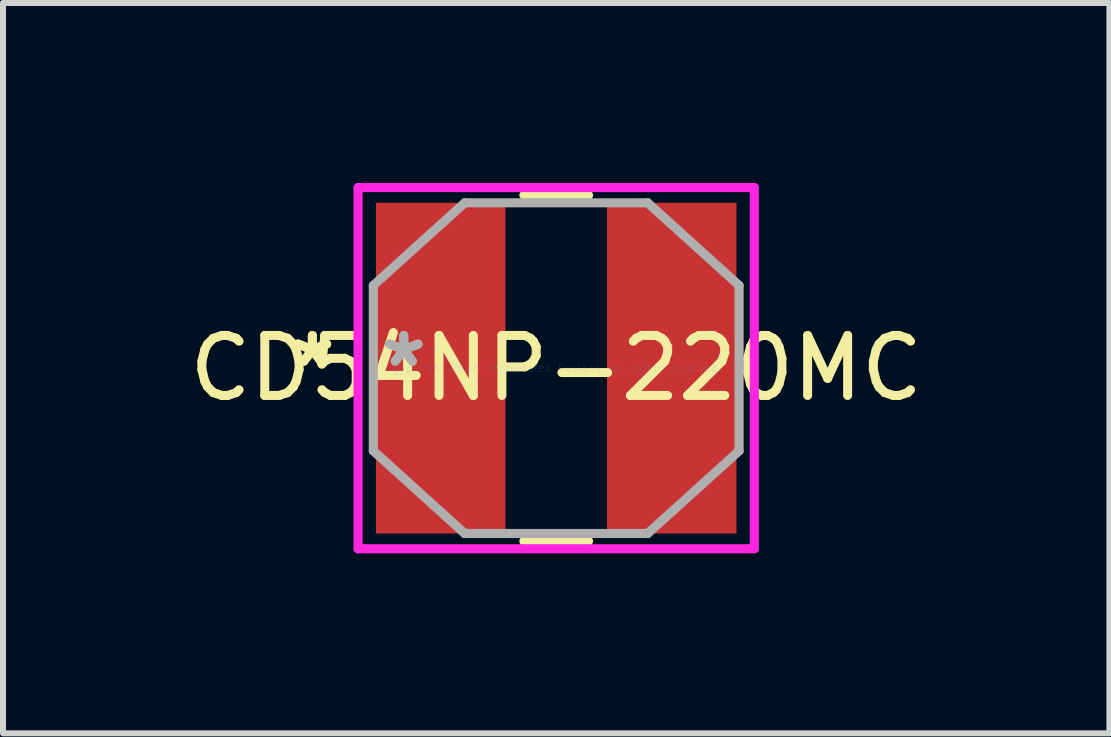
<source format=kicad_pcb>
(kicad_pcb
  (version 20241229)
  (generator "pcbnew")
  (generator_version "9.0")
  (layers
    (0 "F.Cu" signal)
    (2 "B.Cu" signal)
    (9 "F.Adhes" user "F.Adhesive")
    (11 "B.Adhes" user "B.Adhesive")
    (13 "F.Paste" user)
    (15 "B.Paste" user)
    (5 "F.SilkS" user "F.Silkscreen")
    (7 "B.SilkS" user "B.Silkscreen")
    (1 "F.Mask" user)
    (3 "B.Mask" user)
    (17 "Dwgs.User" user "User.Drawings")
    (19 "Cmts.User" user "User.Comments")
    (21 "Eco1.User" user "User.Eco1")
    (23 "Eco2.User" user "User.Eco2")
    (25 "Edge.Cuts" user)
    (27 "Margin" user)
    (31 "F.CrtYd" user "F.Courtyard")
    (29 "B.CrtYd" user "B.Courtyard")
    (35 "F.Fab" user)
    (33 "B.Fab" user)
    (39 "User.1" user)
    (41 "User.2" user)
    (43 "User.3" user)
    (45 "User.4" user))
  (footprint "CD54NP-220MC"
    (layer "F.Cu")
    (at 6.22 3.086)
    (property "Reference" "CD54NP-220MC" (at 0 0 0) (layer "F.SilkS") (effects (font (size 1 1) (thickness 0.15))))
    (attr through_hole)
    (fp_line (start -0.538 2.883) (end 0.538 2.883) (stroke (width 0.152) (type solid)) (layer "F.SilkS"))
    (fp_line (start 0.538 -2.883) (end -0.538 -2.883) (stroke (width 0.152) (type solid)) (layer "F.SilkS"))
    (fp_line (start -3.302 -3.01) (end 3.302 -3.01) (stroke (width 0.152) (type solid)) (layer "F.CrtYd"))
    (fp_line (start -3.302 3.01) (end -3.302 -3.01) (stroke (width 0.152) (type solid)) (layer "F.CrtYd"))
    (fp_line (start 3.302 -3.01) (end 3.302 3.01) (stroke (width 0.152) (type solid)) (layer "F.CrtYd"))
    (fp_line (start 3.302 3.01) (end -3.302 3.01) (stroke (width 0.152) (type solid)) (layer "F.CrtYd"))
    (fp_line (start -3.048 -1.378) (end -3.048 1.378) (stroke (width 0.152) (type solid)) (layer "F.Fab"))
    (fp_line (start -3.048 1.378) (end -1.524 2.756) (stroke (width 0.152) (type solid)) (layer "F.Fab"))
    (fp_line (start -1.524 -2.756) (end -3.048 -1.378) (stroke (width 0.152) (type solid)) (layer "F.Fab"))
    (fp_line (start -1.524 2.756) (end 1.524 2.756) (stroke (width 0.152) (type solid)) (layer "F.Fab"))
    (fp_line (start 1.524 -2.756) (end -1.524 -2.756) (stroke (width 0.152) (type solid)) (layer "F.Fab"))
    (fp_line (start 1.524 2.756) (end 3.048 1.378) (stroke (width 0.152) (type solid)) (layer "F.Fab"))
    (fp_line (start 3.048 -1.378) (end 1.524 -2.756) (stroke (width 0.152) (type solid)) (layer "F.Fab"))
    (fp_line (start 3.048 1.378) (end 3.048 -1.378) (stroke (width 0.152) (type solid)) (layer "F.Fab"))
    (fp_text user "*" (at -4.064 0 0) (layer "F.SilkS") (effects (font (size 1 1) (thickness 0.15))))
    (fp_text user "*" (at -4.064 0 0) (layer "F.SilkS") (effects (font (size 1 1) (thickness 0.15))))
    (fp_text user "Copyright 2016 Accelerated Designs. All rights reserved." (at 0 0 0) (layer "Cmts.User") (effects (font (size 0.127 0.127) (thickness 0.002))))
    (fp_text user "*" (at -2.54 0 0) (layer "F.Fab") (effects (font (size 1 1) (thickness 0.15))))
    (fp_text user "*" (at -2.54 0 0) (layer "F.Fab") (effects (font (size 1 1) (thickness 0.15))))
    (pad "1" smd rect (at -1.925 0) (size 2.159 5.512) (layers "F.Cu" "F.Mask" "F.Paste"))
    (pad "2" smd rect (at 1.925 0) (size 2.159 5.512) (layers "F.Cu" "F.Mask" "F.Paste")))
  (gr_rect
    (start -3 -3)
    (end 15.44 9.172)
    (stroke (width 0.1) (type default))
    (fill no)
    (layer "Edge.Cuts")))
</source>
